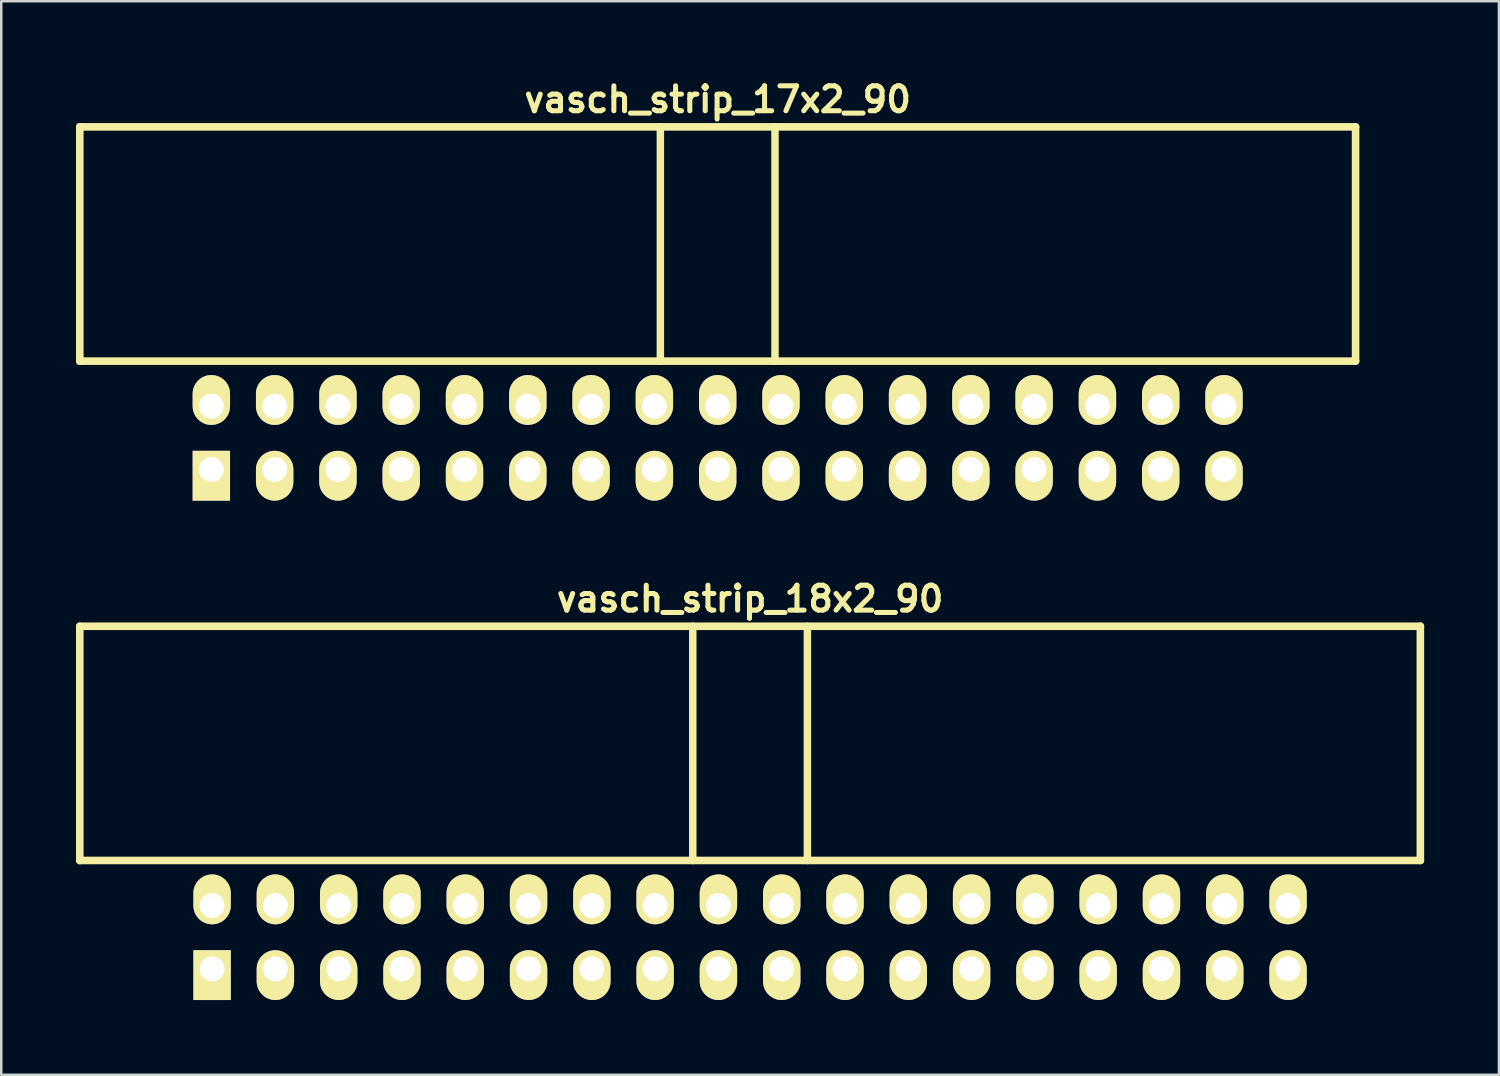
<source format=kicad_pcb>
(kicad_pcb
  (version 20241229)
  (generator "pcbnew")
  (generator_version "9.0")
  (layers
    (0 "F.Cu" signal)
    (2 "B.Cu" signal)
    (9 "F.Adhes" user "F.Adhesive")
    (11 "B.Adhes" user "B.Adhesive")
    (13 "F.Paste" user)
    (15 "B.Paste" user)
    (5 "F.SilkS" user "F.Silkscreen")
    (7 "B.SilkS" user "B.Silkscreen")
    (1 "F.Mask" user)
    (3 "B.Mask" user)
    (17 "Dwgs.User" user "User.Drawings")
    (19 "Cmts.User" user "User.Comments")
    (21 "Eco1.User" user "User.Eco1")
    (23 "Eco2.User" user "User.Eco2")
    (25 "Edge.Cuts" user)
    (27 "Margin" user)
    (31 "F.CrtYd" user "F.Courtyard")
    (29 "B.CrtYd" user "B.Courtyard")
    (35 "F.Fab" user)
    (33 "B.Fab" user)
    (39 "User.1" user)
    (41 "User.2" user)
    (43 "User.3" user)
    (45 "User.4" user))
  (footprint "vasch_strip_17x2_90"
    (layer "F.Cu")
    (at 25.752 9.442)
    (property "Reference" "vasch_strip_17x2_90" (at 0 -8.5 0) (layer "F.SilkS") (effects (font (size 1 1) (thickness 0.203))))
    (attr through_hole)
    (fp_line (start -25.6 -7.4) (end -25.6 2) (stroke (width 0.305) (type solid)) (layer "F.SilkS"))
    (fp_line (start -25.6 2) (end 25.6 2) (stroke (width 0.305) (type solid)) (layer "F.SilkS"))
    (fp_line (start -2.3 -7.4) (end -2.3 2) (stroke (width 0.3) (type solid)) (layer "F.SilkS"))
    (fp_line (start 2.3 -7.4) (end 2.3 2) (stroke (width 0.3) (type solid)) (layer "F.SilkS"))
    (fp_line (start 25.6 -7.4) (end -25.6 -7.4) (stroke (width 0.305) (type solid)) (layer "F.SilkS"))
    (fp_line (start 25.6 -7.4) (end 25.6 2) (stroke (width 0.305) (type solid)) (layer "F.SilkS"))
    (pad "1" thru_hole rect (at -20.32 6.35) (size 1.5 2) (drill 1 (offset 0 0.25)) (layers "*.Cu" "*.Mask" "F.SilkS"))
    (pad "2" thru_hole oval (at -20.32 3.81) (size 1.5 2) (drill 1 (offset 0 -0.25)) (layers "*.Cu" "*.Mask" "F.SilkS"))
    (pad "3" thru_hole oval (at -17.78 6.35) (size 1.5 2) (drill 1 (offset 0 0.25)) (layers "*.Cu" "*.Mask" "F.SilkS"))
    (pad "4" thru_hole oval (at -17.78 3.81) (size 1.5 2) (drill 1 (offset 0 -0.25)) (layers "*.Cu" "*.Mask" "F.SilkS"))
    (pad "5" thru_hole oval (at -15.24 6.35) (size 1.5 2) (drill 1 (offset 0 0.25)) (layers "*.Cu" "*.Mask" "F.SilkS"))
    (pad "6" thru_hole oval (at -15.24 3.81) (size 1.5 2) (drill 1 (offset 0 -0.25)) (layers "*.Cu" "*.Mask" "F.SilkS"))
    (pad "7" thru_hole oval (at -12.7 6.35) (size 1.5 2) (drill 1 (offset 0 0.25)) (layers "*.Cu" "*.Mask" "F.SilkS"))
    (pad "8" thru_hole oval (at -12.7 3.81) (size 1.5 2) (drill 1 (offset 0 -0.25)) (layers "*.Cu" "*.Mask" "F.SilkS"))
    (pad "9" thru_hole oval (at -10.16 6.35) (size 1.5 2) (drill 1 (offset 0 0.25)) (layers "*.Cu" "*.Mask" "F.SilkS"))
    (pad "10" thru_hole oval (at -10.16 3.81) (size 1.5 2) (drill 1 (offset 0 -0.25)) (layers "*.Cu" "*.Mask" "F.SilkS"))
    (pad "11" thru_hole oval (at -7.62 6.35) (size 1.5 2) (drill 1 (offset 0 0.25)) (layers "*.Cu" "*.Mask" "F.SilkS"))
    (pad "12" thru_hole oval (at -7.62 3.81) (size 1.5 2) (drill 1 (offset 0 -0.25)) (layers "*.Cu" "*.Mask" "F.SilkS"))
    (pad "13" thru_hole oval (at -5.08 6.35) (size 1.5 2) (drill 1 (offset 0 0.25)) (layers "*.Cu" "*.Mask" "F.SilkS"))
    (pad "14" thru_hole oval (at -5.08 3.81) (size 1.5 2) (drill 1 (offset 0 -0.25)) (layers "*.Cu" "*.Mask" "F.SilkS"))
    (pad "15" thru_hole oval (at -2.54 6.35) (size 1.5 2) (drill 1 (offset 0 0.25)) (layers "*.Cu" "*.Mask" "F.SilkS"))
    (pad "16" thru_hole oval (at -2.54 3.81) (size 1.5 2) (drill 1 (offset 0 -0.25)) (layers "*.Cu" "*.Mask" "F.SilkS"))
    (pad "17" thru_hole oval (at 0 6.35) (size 1.5 2) (drill 1 (offset 0 0.25)) (layers "*.Cu" "*.Mask" "F.SilkS"))
    (pad "18" thru_hole oval (at 0 3.81) (size 1.5 2) (drill 1 (offset 0 -0.25)) (layers "*.Cu" "*.Mask" "F.SilkS"))
    (pad "19" thru_hole oval (at 2.54 6.35) (size 1.5 2) (drill 1 (offset 0 0.25)) (layers "*.Cu" "*.Mask" "F.SilkS"))
    (pad "20" thru_hole oval (at 2.54 3.81) (size 1.5 2) (drill 1 (offset 0 -0.25)) (layers "*.Cu" "*.Mask" "F.SilkS"))
    (pad "21" thru_hole oval (at 5.08 6.35) (size 1.5 2) (drill 1 (offset 0 0.25)) (layers "*.Cu" "*.Mask" "F.SilkS"))
    (pad "22" thru_hole oval (at 5.08 3.81) (size 1.5 2) (drill 1 (offset 0 -0.25)) (layers "*.Cu" "*.Mask" "F.SilkS"))
    (pad "23" thru_hole oval (at 7.62 6.35) (size 1.5 2) (drill 1 (offset 0 0.25)) (layers "*.Cu" "*.Mask" "F.SilkS"))
    (pad "24" thru_hole oval (at 7.62 3.81) (size 1.5 2) (drill 1 (offset 0 -0.25)) (layers "*.Cu" "*.Mask" "F.SilkS"))
    (pad "25" thru_hole oval (at 10.16 6.35) (size 1.5 2) (drill 1 (offset 0 0.25)) (layers "*.Cu" "*.Mask" "F.SilkS"))
    (pad "26" thru_hole oval (at 10.16 3.81) (size 1.5 2) (drill 1 (offset 0 -0.25)) (layers "*.Cu" "*.Mask" "F.SilkS"))
    (pad "27" thru_hole oval (at 12.7 6.35) (size 1.5 2) (drill 1 (offset 0 0.25)) (layers "*.Cu" "*.Mask" "F.SilkS"))
    (pad "28" thru_hole oval (at 12.7 3.81) (size 1.5 2) (drill 1 (offset 0 -0.25)) (layers "*.Cu" "*.Mask" "F.SilkS"))
    (pad "29" thru_hole oval (at 15.24 6.35) (size 1.5 2) (drill 1 (offset 0 0.25)) (layers "*.Cu" "*.Mask" "F.SilkS"))
    (pad "30" thru_hole oval (at 15.24 3.81) (size 1.5 2) (drill 1 (offset 0 -0.25)) (layers "*.Cu" "*.Mask" "F.SilkS"))
    (pad "31" thru_hole oval (at 17.78 6.35) (size 1.5 2) (drill 1 (offset 0 0.25)) (layers "*.Cu" "*.Mask" "F.SilkS"))
    (pad "32" thru_hole oval (at 17.78 3.81) (size 1.5 2) (drill 1 (offset 0 -0.25)) (layers "*.Cu" "*.Mask" "F.SilkS"))
    (pad "33" thru_hole oval (at 20.32 6.35) (size 1.5 2) (drill 1 (offset 0 0.25)) (layers "*.Cu" "*.Mask" "F.SilkS"))
    (pad "34" thru_hole oval (at 20.32 3.81) (size 1.5 2) (drill 1 (offset 0 -0.25)) (layers "*.Cu" "*.Mask" "F.SilkS")))
  (footprint "vasch_strip_18x2_90"
    (layer "F.Cu")
    (at 27.052 29.483)
    (property "Reference" "vasch_strip_18x2_90" (at 0 -8.5 0) (layer "F.SilkS") (effects (font (size 1 1) (thickness 0.203))))
    (attr through_hole)
    (fp_line (start -26.9 -7.4) (end -26.9 2) (stroke (width 0.305) (type solid)) (layer "F.SilkS"))
    (fp_line (start -26.9 2) (end 26.9 2) (stroke (width 0.305) (type solid)) (layer "F.SilkS"))
    (fp_line (start -2.3 -7.4) (end -2.3 2) (stroke (width 0.3) (type solid)) (layer "F.SilkS"))
    (fp_line (start 2.3 -7.4) (end 2.3 2) (stroke (width 0.3) (type solid)) (layer "F.SilkS"))
    (fp_line (start 26.9 -7.4) (end -26.9 -7.4) (stroke (width 0.305) (type solid)) (layer "F.SilkS"))
    (fp_line (start 26.9 -7.4) (end 26.9 2) (stroke (width 0.305) (type solid)) (layer "F.SilkS"))
    (pad "1" thru_hole rect (at -21.59 6.35) (size 1.5 2) (drill 1 (offset 0 0.25)) (layers "*.Cu" "*.Mask" "F.SilkS"))
    (pad "2" thru_hole oval (at -21.59 3.81) (size 1.5 2) (drill 1 (offset 0 -0.25)) (layers "*.Cu" "*.Mask" "F.SilkS"))
    (pad "3" thru_hole oval (at -19.05 6.35) (size 1.5 2) (drill 1 (offset 0 0.25)) (layers "*.Cu" "*.Mask" "F.SilkS"))
    (pad "4" thru_hole oval (at -19.05 3.81) (size 1.5 2) (drill 1 (offset 0 -0.25)) (layers "*.Cu" "*.Mask" "F.SilkS"))
    (pad "5" thru_hole oval (at -16.51 6.35) (size 1.5 2) (drill 1 (offset 0 0.25)) (layers "*.Cu" "*.Mask" "F.SilkS"))
    (pad "6" thru_hole oval (at -16.51 3.81) (size 1.5 2) (drill 1 (offset 0 -0.25)) (layers "*.Cu" "*.Mask" "F.SilkS"))
    (pad "7" thru_hole oval (at -13.97 6.35) (size 1.5 2) (drill 1 (offset 0 0.25)) (layers "*.Cu" "*.Mask" "F.SilkS"))
    (pad "8" thru_hole oval (at -13.97 3.81) (size 1.5 2) (drill 1 (offset 0 -0.25)) (layers "*.Cu" "*.Mask" "F.SilkS"))
    (pad "9" thru_hole oval (at -11.43 6.35) (size 1.5 2) (drill 1 (offset 0 0.25)) (layers "*.Cu" "*.Mask" "F.SilkS"))
    (pad "10" thru_hole oval (at -11.43 3.81) (size 1.5 2) (drill 1 (offset 0 -0.25)) (layers "*.Cu" "*.Mask" "F.SilkS"))
    (pad "11" thru_hole oval (at -8.89 6.35) (size 1.5 2) (drill 1 (offset 0 0.25)) (layers "*.Cu" "*.Mask" "F.SilkS"))
    (pad "12" thru_hole oval (at -8.89 3.81) (size 1.5 2) (drill 1 (offset 0 -0.25)) (layers "*.Cu" "*.Mask" "F.SilkS"))
    (pad "13" thru_hole oval (at -6.35 6.35) (size 1.5 2) (drill 1 (offset 0 0.25)) (layers "*.Cu" "*.Mask" "F.SilkS"))
    (pad "14" thru_hole oval (at -6.35 3.81) (size 1.5 2) (drill 1 (offset 0 -0.25)) (layers "*.Cu" "*.Mask" "F.SilkS"))
    (pad "15" thru_hole oval (at -3.81 6.35) (size 1.5 2) (drill 1 (offset 0 0.25)) (layers "*.Cu" "*.Mask" "F.SilkS"))
    (pad "16" thru_hole oval (at -3.81 3.81) (size 1.5 2) (drill 1 (offset 0 -0.25)) (layers "*.Cu" "*.Mask" "F.SilkS"))
    (pad "17" thru_hole oval (at -1.27 6.35) (size 1.5 2) (drill 1 (offset 0 0.25)) (layers "*.Cu" "*.Mask" "F.SilkS"))
    (pad "18" thru_hole oval (at -1.27 3.81) (size 1.5 2) (drill 1 (offset 0 -0.25)) (layers "*.Cu" "*.Mask" "F.SilkS"))
    (pad "19" thru_hole oval (at 1.27 6.35) (size 1.5 2) (drill 1 (offset 0 0.25)) (layers "*.Cu" "*.Mask" "F.SilkS"))
    (pad "20" thru_hole oval (at 1.27 3.81) (size 1.5 2) (drill 1 (offset 0 -0.25)) (layers "*.Cu" "*.Mask" "F.SilkS"))
    (pad "21" thru_hole oval (at 3.81 6.35) (size 1.5 2) (drill 1 (offset 0 0.25)) (layers "*.Cu" "*.Mask" "F.SilkS"))
    (pad "22" thru_hole oval (at 3.81 3.81) (size 1.5 2) (drill 1 (offset 0 -0.25)) (layers "*.Cu" "*.Mask" "F.SilkS"))
    (pad "23" thru_hole oval (at 6.35 6.35) (size 1.5 2) (drill 1 (offset 0 0.25)) (layers "*.Cu" "*.Mask" "F.SilkS"))
    (pad "24" thru_hole oval (at 6.35 3.81) (size 1.5 2) (drill 1 (offset 0 -0.25)) (layers "*.Cu" "*.Mask" "F.SilkS"))
    (pad "25" thru_hole oval (at 8.89 6.35) (size 1.5 2) (drill 1 (offset 0 0.25)) (layers "*.Cu" "*.Mask" "F.SilkS"))
    (pad "26" thru_hole oval (at 8.89 3.81) (size 1.5 2) (drill 1 (offset 0 -0.25)) (layers "*.Cu" "*.Mask" "F.SilkS"))
    (pad "27" thru_hole oval (at 11.43 6.35) (size 1.5 2) (drill 1 (offset 0 0.25)) (layers "*.Cu" "*.Mask" "F.SilkS"))
    (pad "28" thru_hole oval (at 11.43 3.81) (size 1.5 2) (drill 1 (offset 0 -0.25)) (layers "*.Cu" "*.Mask" "F.SilkS"))
    (pad "29" thru_hole oval (at 13.97 6.35) (size 1.5 2) (drill 1 (offset 0 0.25)) (layers "*.Cu" "*.Mask" "F.SilkS"))
    (pad "30" thru_hole oval (at 13.97 3.81) (size 1.5 2) (drill 1 (offset 0 -0.25)) (layers "*.Cu" "*.Mask" "F.SilkS"))
    (pad "31" thru_hole oval (at 16.51 6.35) (size 1.5 2) (drill 1 (offset 0 0.25)) (layers "*.Cu" "*.Mask" "F.SilkS"))
    (pad "32" thru_hole oval (at 16.51 3.81) (size 1.5 2) (drill 1 (offset 0 -0.25)) (layers "*.Cu" "*.Mask" "F.SilkS"))
    (pad "33" thru_hole oval (at 19.05 6.35) (size 1.5 2) (drill 1 (offset 0 0.25)) (layers "*.Cu" "*.Mask" "F.SilkS"))
    (pad "34" thru_hole oval (at 19.05 3.81) (size 1.5 2) (drill 1 (offset 0 -0.25)) (layers "*.Cu" "*.Mask" "F.SilkS"))
    (pad "35" thru_hole oval (at 21.59 6.35) (size 1.5 2) (drill 1 (offset 0 0.25)) (layers "*.Cu" "*.Mask" "F.SilkS"))
    (pad "36" thru_hole oval (at 21.59 3.81) (size 1.5 2) (drill 1 (offset 0 -0.25)) (layers "*.Cu" "*.Mask" "F.SilkS")))
  (gr_rect
    (start -3 -3)
    (end 57.105 40.083)
    (stroke (width 0.1) (type default))
    (fill no)
    (layer "Edge.Cuts")))
</source>
